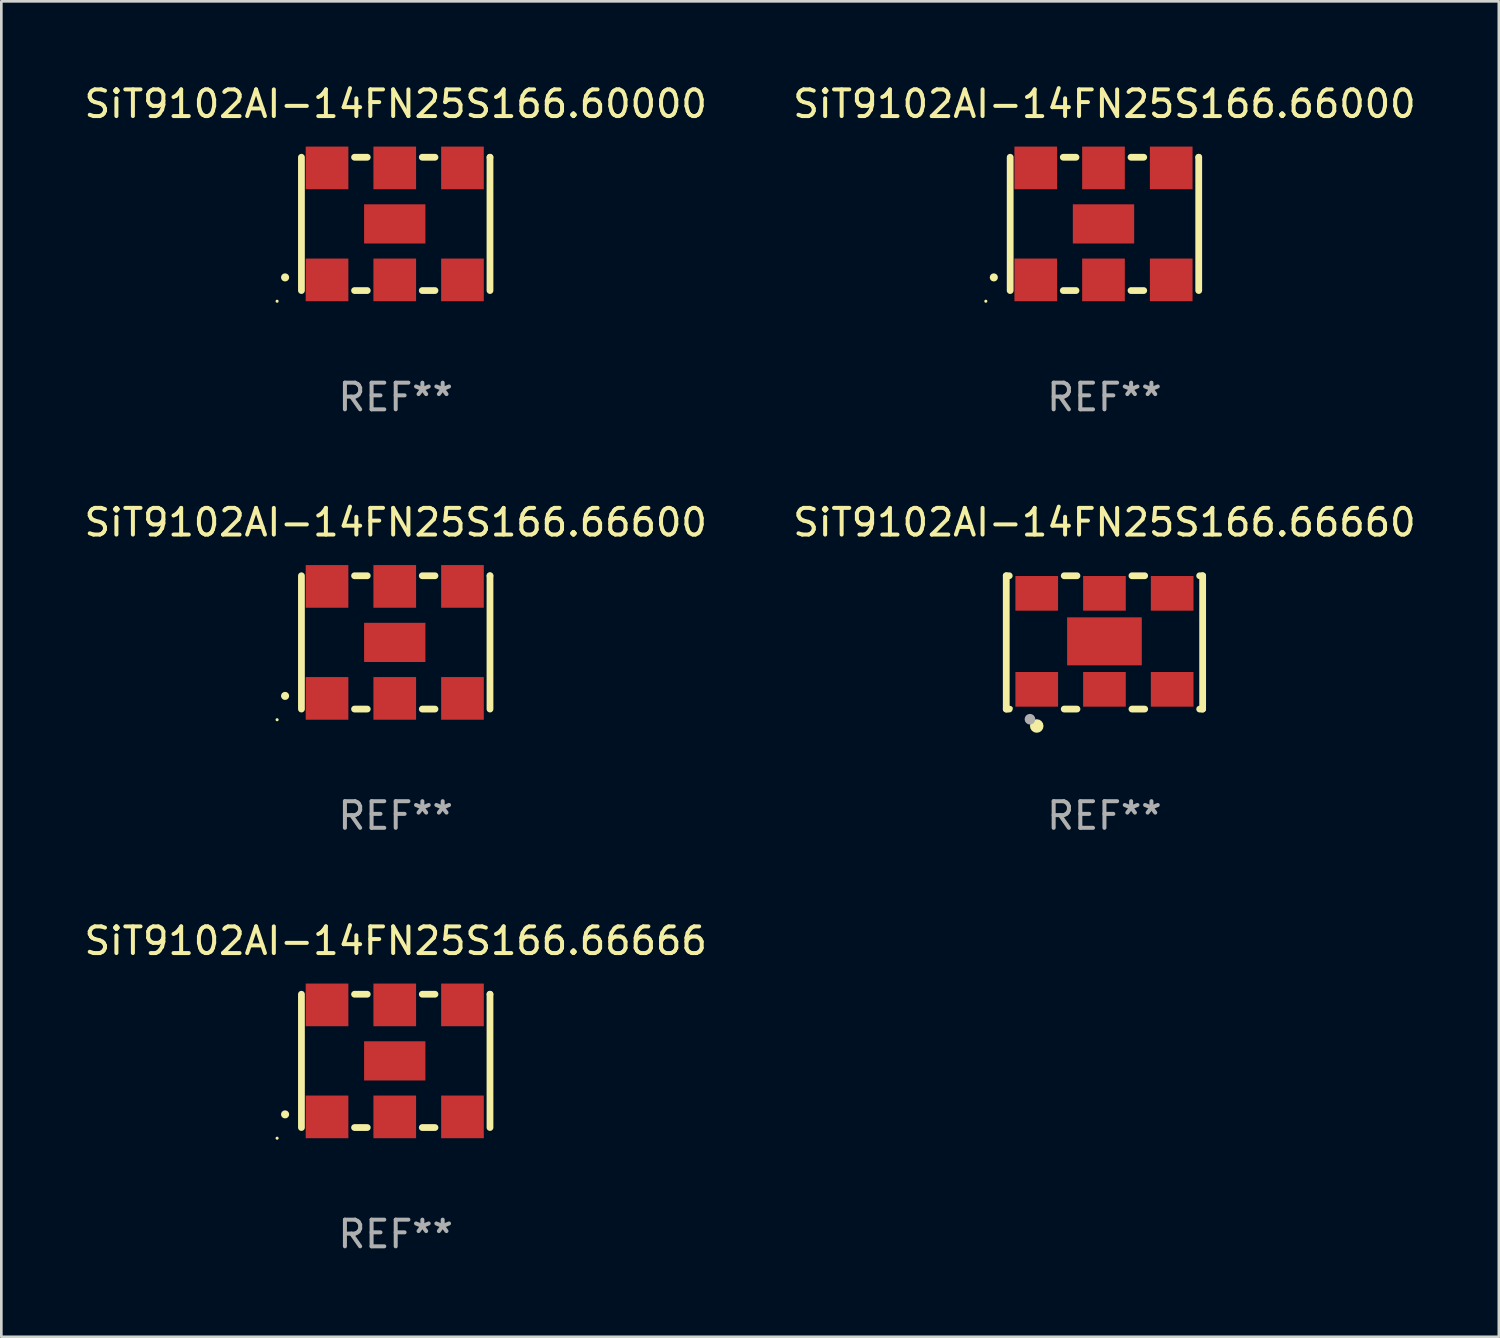
<source format=kicad_pcb>
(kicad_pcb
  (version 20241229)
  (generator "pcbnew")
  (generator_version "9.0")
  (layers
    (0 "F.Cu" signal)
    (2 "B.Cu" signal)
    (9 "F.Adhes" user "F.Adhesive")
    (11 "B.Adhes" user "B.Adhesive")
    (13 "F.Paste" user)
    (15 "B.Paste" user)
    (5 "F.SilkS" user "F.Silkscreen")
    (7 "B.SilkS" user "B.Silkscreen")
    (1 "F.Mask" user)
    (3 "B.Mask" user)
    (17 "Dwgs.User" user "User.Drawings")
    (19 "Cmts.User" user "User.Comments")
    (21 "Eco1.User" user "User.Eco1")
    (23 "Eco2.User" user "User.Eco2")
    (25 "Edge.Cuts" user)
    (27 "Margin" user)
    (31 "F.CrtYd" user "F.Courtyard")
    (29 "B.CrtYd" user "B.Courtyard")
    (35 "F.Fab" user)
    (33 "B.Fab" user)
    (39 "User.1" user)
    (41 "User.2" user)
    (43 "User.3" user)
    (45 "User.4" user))
  (footprint "SiT9102AI-14FN25S166.66660"
    (layer "F.Cu")
    (at 38.375 21.045)
    (property "Reference" "SiT9102AI-14FN25S166.66660" (at 0 -4.5 0) (layer "F.SilkS") (effects (font (size 1 1) (thickness 0.15))))
    (attr through_hole)
    (fp_line (start -3.683 -2.5) (end -3.571 -2.5) (stroke (width 0.254) (type solid)) (layer "F.SilkS"))
    (fp_line (start -3.683 2.5) (end -3.683 -2.5) (stroke (width 0.254) (type solid)) (layer "F.SilkS"))
    (fp_line (start -3.683 2.5) (end -3.571 2.5) (stroke (width 0.254) (type solid)) (layer "F.SilkS"))
    (fp_line (start -1.509 -2.5) (end -1.031 -2.5) (stroke (width 0.254) (type solid)) (layer "F.SilkS"))
    (fp_line (start -1.509 2.5) (end -1.031 2.5) (stroke (width 0.254) (type solid)) (layer "F.SilkS"))
    (fp_line (start 1.031 -2.5) (end 1.509 -2.5) (stroke (width 0.254) (type solid)) (layer "F.SilkS"))
    (fp_line (start 1.031 2.5) (end 1.509 2.5) (stroke (width 0.254) (type solid)) (layer "F.SilkS"))
    (fp_line (start 3.571 -2.5) (end 3.683 -2.5) (stroke (width 0.254) (type solid)) (layer "F.SilkS"))
    (fp_line (start 3.571 2.5) (end 3.683 2.5) (stroke (width 0.254) (type solid)) (layer "F.SilkS"))
    (fp_line (start 3.683 2.5) (end 3.683 -2.5) (stroke (width 0.254) (type solid)) (layer "F.SilkS"))
    (fp_circle (center -3.5 2.46) (end -3.47 2.46) (stroke (width 0.06) (type solid)) (fill no) (layer "F.SilkS"))
    (fp_circle (center -2.54 3.135) (end -2.413 3.135) (stroke (width 0.254) (type solid)) (fill no) (layer "F.SilkS"))
    (fp_circle (center -2.794 2.881) (end -2.694 2.881) (stroke (width 0.2) (type solid)) (fill no) (layer "F.Fab"))
    (fp_text user "REF**" (at 0 6.5 0) (layer "F.Fab") (effects (font (size 1 1) (thickness 0.15))))
    (pad "1" smd rect (at -2.54 1.76) (size 1.6 1.3) (layers "F.Cu" "F.Mask" "F.Paste"))
    (pad "2" smd rect (at 0 1.76) (size 1.6 1.3) (layers "F.Cu" "F.Mask" "F.Paste"))
    (pad "3" smd rect (at 2.54 1.76) (size 1.6 1.3) (layers "F.Cu" "F.Mask" "F.Paste"))
    (pad "4" smd rect (at 2.54 -1.84) (size 1.6 1.3) (layers "F.Cu" "F.Mask" "F.Paste"))
    (pad "5" smd rect (at 0 -1.84) (size 1.6 1.3) (layers "F.Cu" "F.Mask" "F.Paste"))
    (pad "6" smd rect (at -2.54 -1.84) (size 1.6 1.3) (layers "F.Cu" "F.Mask" "F.Paste"))
    (pad "7" smd rect (at 0 -0.04) (size 2.8 1.8) (layers "F.Cu" "F.Mask" "F.Paste")))
  (footprint "SiT9102AI-14FN25S166.66600"
    (layer "F.Cu")
    (at 11.792 21.045)
    (property "Reference" "SiT9102AI-14FN25S166.66600" (at 0 -4.5 0) (layer "F.SilkS") (effects (font (size 1 1) (thickness 0.15))))
    (attr through_hole)
    (fp_line (start -3.536 -2.5) (end -3.536 2.5) (stroke (width 0.254) (type solid)) (layer "F.SilkS"))
    (fp_line (start -1.544 2.5) (end -1.067 2.5) (stroke (width 0.254) (type solid)) (layer "F.SilkS"))
    (fp_line (start -1.067 -2.5) (end -1.544 -2.5) (stroke (width 0.254) (type solid)) (layer "F.SilkS"))
    (fp_line (start 0.996 2.5) (end 1.473 2.5) (stroke (width 0.254) (type solid)) (layer "F.SilkS"))
    (fp_line (start 1.473 -2.5) (end 0.996 -2.5) (stroke (width 0.254) (type solid)) (layer "F.SilkS"))
    (fp_line (start 3.536 -2.5) (end 3.536 -2.5) (stroke (width 0.254) (type solid)) (layer "F.SilkS"))
    (fp_line (start 3.536 2.5) (end 3.536 -2.5) (stroke (width 0.254) (type solid)) (layer "F.SilkS"))
    (fp_arc (start -4.150432 2.006604) (mid -4.149162 2.006599) (end -4.147892 2.006604) (stroke (width 0.3) (type solid)) (layer "F.SilkS"))
    (fp_circle (center -4.449 2.9) (end -4.419 2.9) (stroke (width 0.06) (type solid)) (fill no) (layer "F.SilkS"))
    (fp_text user "REF**" (at 0 6.5 0) (layer "F.Fab") (effects (font (size 1 1) (thickness 0.15))))
    (pad "1" smd rect (at -2.576 2.1) (size 1.6 1.6) (layers "F.Cu" "F.Mask" "F.Paste"))
    (pad "2" smd rect (at -0.036 2.1) (size 1.6 1.6) (layers "F.Cu" "F.Mask" "F.Paste"))
    (pad "3" smd rect (at 2.504 2.1) (size 1.6 1.6) (layers "F.Cu" "F.Mask" "F.Paste"))
    (pad "4" smd rect (at 2.504 -2.1) (size 1.6 1.6) (layers "F.Cu" "F.Mask" "F.Paste"))
    (pad "5" smd rect (at -0.036 -2.1) (size 1.6 1.6) (layers "F.Cu" "F.Mask" "F.Paste"))
    (pad "6" smd rect (at -2.576 -2.1) (size 1.6 1.6) (layers "F.Cu" "F.Mask" "F.Paste"))
    (pad "7" smd rect (at -0.036 0) (size 2.3 1.47) (layers "F.Cu" "F.Mask" "F.Paste")))
  (footprint "SiT9102AI-14FN25S166.66000"
    (layer "F.Cu")
    (at 38.375 5.348)
    (property "Reference" "SiT9102AI-14FN25S166.66000" (at 0 -4.5 0) (layer "F.SilkS") (effects (font (size 1 1) (thickness 0.15))))
    (attr through_hole)
    (fp_line (start -3.536 -2.5) (end -3.536 2.5) (stroke (width 0.254) (type solid)) (layer "F.SilkS"))
    (fp_line (start -1.544 2.5) (end -1.067 2.5) (stroke (width 0.254) (type solid)) (layer "F.SilkS"))
    (fp_line (start -1.067 -2.5) (end -1.544 -2.5) (stroke (width 0.254) (type solid)) (layer "F.SilkS"))
    (fp_line (start 0.996 2.5) (end 1.473 2.5) (stroke (width 0.254) (type solid)) (layer "F.SilkS"))
    (fp_line (start 1.473 -2.5) (end 0.996 -2.5) (stroke (width 0.254) (type solid)) (layer "F.SilkS"))
    (fp_line (start 3.536 -2.5) (end 3.536 -2.5) (stroke (width 0.254) (type solid)) (layer "F.SilkS"))
    (fp_line (start 3.536 2.5) (end 3.536 -2.5) (stroke (width 0.254) (type solid)) (layer "F.SilkS"))
    (fp_arc (start -4.150432 2.006604) (mid -4.149162 2.006599) (end -4.147892 2.006604) (stroke (width 0.3) (type solid)) (layer "F.SilkS"))
    (fp_circle (center -4.449 2.9) (end -4.419 2.9) (stroke (width 0.06) (type solid)) (fill no) (layer "F.SilkS"))
    (fp_text user "REF**" (at 0 6.5 0) (layer "F.Fab") (effects (font (size 1 1) (thickness 0.15))))
    (pad "1" smd rect (at -2.576 2.1) (size 1.6 1.6) (layers "F.Cu" "F.Mask" "F.Paste"))
    (pad "2" smd rect (at -0.036 2.1) (size 1.6 1.6) (layers "F.Cu" "F.Mask" "F.Paste"))
    (pad "3" smd rect (at 2.504 2.1) (size 1.6 1.6) (layers "F.Cu" "F.Mask" "F.Paste"))
    (pad "4" smd rect (at 2.504 -2.1) (size 1.6 1.6) (layers "F.Cu" "F.Mask" "F.Paste"))
    (pad "5" smd rect (at -0.036 -2.1) (size 1.6 1.6) (layers "F.Cu" "F.Mask" "F.Paste"))
    (pad "6" smd rect (at -2.576 -2.1) (size 1.6 1.6) (layers "F.Cu" "F.Mask" "F.Paste"))
    (pad "7" smd rect (at -0.036 0) (size 2.3 1.47) (layers "F.Cu" "F.Mask" "F.Paste")))
  (footprint "SiT9102AI-14FN25S166.60000"
    (layer "F.Cu")
    (at 11.792 5.348)
    (property "Reference" "SiT9102AI-14FN25S166.60000" (at 0 -4.5 0) (layer "F.SilkS") (effects (font (size 1 1) (thickness 0.15))))
    (attr through_hole)
    (fp_line (start -3.536 -2.5) (end -3.536 2.5) (stroke (width 0.254) (type solid)) (layer "F.SilkS"))
    (fp_line (start -1.544 2.5) (end -1.067 2.5) (stroke (width 0.254) (type solid)) (layer "F.SilkS"))
    (fp_line (start -1.067 -2.5) (end -1.544 -2.5) (stroke (width 0.254) (type solid)) (layer "F.SilkS"))
    (fp_line (start 0.996 2.5) (end 1.473 2.5) (stroke (width 0.254) (type solid)) (layer "F.SilkS"))
    (fp_line (start 1.473 -2.5) (end 0.996 -2.5) (stroke (width 0.254) (type solid)) (layer "F.SilkS"))
    (fp_line (start 3.536 -2.5) (end 3.536 -2.5) (stroke (width 0.254) (type solid)) (layer "F.SilkS"))
    (fp_line (start 3.536 2.5) (end 3.536 -2.5) (stroke (width 0.254) (type solid)) (layer "F.SilkS"))
    (fp_arc (start -4.150432 2.006604) (mid -4.149162 2.006599) (end -4.147892 2.006604) (stroke (width 0.3) (type solid)) (layer "F.SilkS"))
    (fp_circle (center -4.449 2.9) (end -4.419 2.9) (stroke (width 0.06) (type solid)) (fill no) (layer "F.SilkS"))
    (fp_text user "REF**" (at 0 6.5 0) (layer "F.Fab") (effects (font (size 1 1) (thickness 0.15))))
    (pad "1" smd rect (at -2.576 2.1) (size 1.6 1.6) (layers "F.Cu" "F.Mask" "F.Paste"))
    (pad "2" smd rect (at -0.036 2.1) (size 1.6 1.6) (layers "F.Cu" "F.Mask" "F.Paste"))
    (pad "3" smd rect (at 2.504 2.1) (size 1.6 1.6) (layers "F.Cu" "F.Mask" "F.Paste"))
    (pad "4" smd rect (at 2.504 -2.1) (size 1.6 1.6) (layers "F.Cu" "F.Mask" "F.Paste"))
    (pad "5" smd rect (at -0.036 -2.1) (size 1.6 1.6) (layers "F.Cu" "F.Mask" "F.Paste"))
    (pad "6" smd rect (at -2.576 -2.1) (size 1.6 1.6) (layers "F.Cu" "F.Mask" "F.Paste"))
    (pad "7" smd rect (at -0.036 0) (size 2.3 1.47) (layers "F.Cu" "F.Mask" "F.Paste")))
  (footprint "SiT9102AI-14FN25S166.66666"
    (layer "F.Cu")
    (at 11.792 36.741)
    (property "Reference" "SiT9102AI-14FN25S166.66666" (at 0 -4.5 0) (layer "F.SilkS") (effects (font (size 1 1) (thickness 0.15))))
    (attr through_hole)
    (fp_line (start -3.536 -2.5) (end -3.536 2.5) (stroke (width 0.254) (type solid)) (layer "F.SilkS"))
    (fp_line (start -1.544 2.5) (end -1.067 2.5) (stroke (width 0.254) (type solid)) (layer "F.SilkS"))
    (fp_line (start -1.067 -2.5) (end -1.544 -2.5) (stroke (width 0.254) (type solid)) (layer "F.SilkS"))
    (fp_line (start 0.996 2.5) (end 1.473 2.5) (stroke (width 0.254) (type solid)) (layer "F.SilkS"))
    (fp_line (start 1.473 -2.5) (end 0.996 -2.5) (stroke (width 0.254) (type solid)) (layer "F.SilkS"))
    (fp_line (start 3.536 -2.5) (end 3.536 -2.5) (stroke (width 0.254) (type solid)) (layer "F.SilkS"))
    (fp_line (start 3.536 2.5) (end 3.536 -2.5) (stroke (width 0.254) (type solid)) (layer "F.SilkS"))
    (fp_arc (start -4.150432 2.006604) (mid -4.149162 2.006599) (end -4.147892 2.006604) (stroke (width 0.3) (type solid)) (layer "F.SilkS"))
    (fp_circle (center -4.449 2.9) (end -4.419 2.9) (stroke (width 0.06) (type solid)) (fill no) (layer "F.SilkS"))
    (fp_text user "REF**" (at 0 6.5 0) (layer "F.Fab") (effects (font (size 1 1) (thickness 0.15))))
    (pad "1" smd rect (at -2.576 2.1) (size 1.6 1.6) (layers "F.Cu" "F.Mask" "F.Paste"))
    (pad "2" smd rect (at -0.036 2.1) (size 1.6 1.6) (layers "F.Cu" "F.Mask" "F.Paste"))
    (pad "3" smd rect (at 2.504 2.1) (size 1.6 1.6) (layers "F.Cu" "F.Mask" "F.Paste"))
    (pad "4" smd rect (at 2.504 -2.1) (size 1.6 1.6) (layers "F.Cu" "F.Mask" "F.Paste"))
    (pad "5" smd rect (at -0.036 -2.1) (size 1.6 1.6) (layers "F.Cu" "F.Mask" "F.Paste"))
    (pad "6" smd rect (at -2.576 -2.1) (size 1.6 1.6) (layers "F.Cu" "F.Mask" "F.Paste"))
    (pad "7" smd rect (at -0.036 0) (size 2.3 1.47) (layers "F.Cu" "F.Mask" "F.Paste")))
  (gr_rect
    (start -3 -3)
    (end 53.167 47.09)
    (stroke (width 0.1) (type default))
    (fill no)
    (layer "Edge.Cuts")))
</source>
